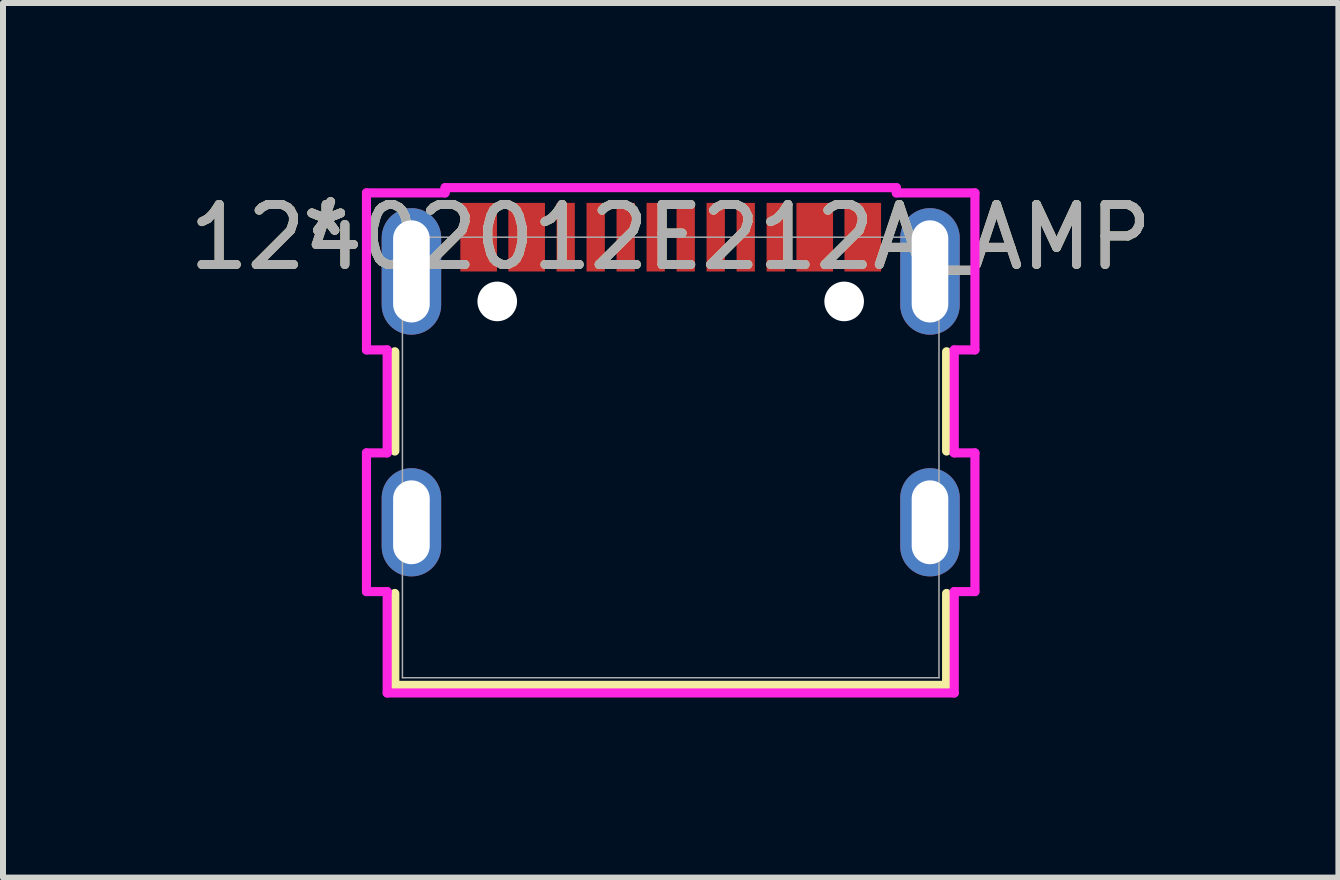
<source format=kicad_pcb>
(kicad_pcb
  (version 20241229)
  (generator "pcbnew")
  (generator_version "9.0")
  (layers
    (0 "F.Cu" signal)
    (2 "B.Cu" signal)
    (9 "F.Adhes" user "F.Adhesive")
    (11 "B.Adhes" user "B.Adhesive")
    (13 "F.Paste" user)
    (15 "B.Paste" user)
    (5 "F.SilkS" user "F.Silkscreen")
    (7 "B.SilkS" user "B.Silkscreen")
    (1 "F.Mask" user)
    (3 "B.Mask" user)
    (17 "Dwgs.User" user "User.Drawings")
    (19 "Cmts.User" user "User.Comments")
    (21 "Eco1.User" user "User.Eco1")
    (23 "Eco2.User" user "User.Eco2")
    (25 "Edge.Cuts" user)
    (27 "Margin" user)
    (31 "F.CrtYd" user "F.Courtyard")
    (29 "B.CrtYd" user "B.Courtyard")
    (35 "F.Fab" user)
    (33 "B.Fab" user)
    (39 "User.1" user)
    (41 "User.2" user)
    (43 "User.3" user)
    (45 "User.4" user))
  (footprint "12402012E212A_AMP"
    (layer "F.Cu")
    (at 8.125 4.572)
    (property "Reference" "12402012E212A_AMP" (at 0 -3.67 0) (unlocked yes) (layer "F.SilkS") (effects (font (size 1 1) (thickness 0.15))))
    (attr smd)
    (fp_line (start -4.597 -1.761) (end -4.597 -0.107) (stroke (width 0.152) (type solid)) (layer "F.SilkS"))
    (fp_line (start -4.597 2.266) (end -4.597 3.797) (stroke (width 0.152) (type solid)) (layer "F.SilkS"))
    (fp_line (start -4.597 3.797) (end 4.597 3.797) (stroke (width 0.152) (type solid)) (layer "F.SilkS"))
    (fp_line (start 4.597 -0.107) (end 4.597 -1.761) (stroke (width 0.152) (type solid)) (layer "F.SilkS"))
    (fp_line (start 4.597 3.797) (end 4.597 2.266) (stroke (width 0.152) (type solid)) (layer "F.SilkS"))
    (fp_line (start -5.069 -4.408) (end -5.069 -1.792) (stroke (width 0.152) (type solid)) (layer "F.CrtYd"))
    (fp_line (start -5.069 -1.792) (end -4.724 -1.792) (stroke (width 0.152) (type solid)) (layer "F.CrtYd"))
    (fp_line (start -5.069 -0.076) (end -5.069 2.235) (stroke (width 0.152) (type solid)) (layer "F.CrtYd"))
    (fp_line (start -5.069 2.235) (end -4.724 2.235) (stroke (width 0.152) (type solid)) (layer "F.CrtYd"))
    (fp_line (start -4.724 -1.792) (end -4.724 -0.076) (stroke (width 0.152) (type solid)) (layer "F.CrtYd"))
    (fp_line (start -4.724 -0.076) (end -5.069 -0.076) (stroke (width 0.152) (type solid)) (layer "F.CrtYd"))
    (fp_line (start -4.724 2.235) (end -4.724 3.924) (stroke (width 0.152) (type solid)) (layer "F.CrtYd"))
    (fp_line (start -4.724 3.924) (end 4.724 3.924) (stroke (width 0.152) (type solid)) (layer "F.CrtYd"))
    (fp_line (start -3.759 -4.496) (end -3.759 -4.408) (stroke (width 0.152) (type solid)) (layer "F.CrtYd"))
    (fp_line (start -3.759 -4.408) (end -5.069 -4.408) (stroke (width 0.152) (type solid)) (layer "F.CrtYd"))
    (fp_line (start 3.759 -4.496) (end -3.759 -4.496) (stroke (width 0.152) (type solid)) (layer "F.CrtYd"))
    (fp_line (start 3.759 -4.408) (end 3.759 -4.496) (stroke (width 0.152) (type solid)) (layer "F.CrtYd"))
    (fp_line (start 4.724 -1.792) (end 5.069 -1.792) (stroke (width 0.152) (type solid)) (layer "F.CrtYd"))
    (fp_line (start 4.724 -0.076) (end 4.724 -1.792) (stroke (width 0.152) (type solid)) (layer "F.CrtYd"))
    (fp_line (start 4.724 2.235) (end 5.069 2.235) (stroke (width 0.152) (type solid)) (layer "F.CrtYd"))
    (fp_line (start 4.724 3.924) (end 4.724 2.235) (stroke (width 0.152) (type solid)) (layer "F.CrtYd"))
    (fp_line (start 5.069 -4.408) (end 3.759 -4.408) (stroke (width 0.152) (type solid)) (layer "F.CrtYd"))
    (fp_line (start 5.069 -1.792) (end 5.069 -4.408) (stroke (width 0.152) (type solid)) (layer "F.CrtYd"))
    (fp_line (start 5.069 -0.076) (end 4.724 -0.076) (stroke (width 0.152) (type solid)) (layer "F.CrtYd"))
    (fp_line (start 5.069 2.235) (end 5.069 -0.076) (stroke (width 0.152) (type solid)) (layer "F.CrtYd"))
    (fp_line (start -4.47 -3.67) (end -4.47 3.67) (stroke (width 0.025) (type solid)) (layer "F.Fab"))
    (fp_line (start -4.47 3.67) (end 4.47 3.67) (stroke (width 0.025) (type solid)) (layer "F.Fab"))
    (fp_line (start 0 -3.67) (end 0 -3.67) (stroke (width 0.025) (type solid)) (layer "F.Fab"))
    (fp_line (start 0 -3.67) (end 0 -3.67) (stroke (width 0.025) (type solid)) (layer "F.Fab"))
    (fp_line (start 0 -3.67) (end 0 -3.67) (stroke (width 0.025) (type solid)) (layer "F.Fab"))
    (fp_line (start 0 -3.67) (end 0 -3.67) (stroke (width 0.025) (type solid)) (layer "F.Fab"))
    (fp_line (start 4.47 -3.67) (end -4.47 -3.67) (stroke (width 0.025) (type solid)) (layer "F.Fab"))
    (fp_line (start 4.47 3.67) (end 4.47 -3.67) (stroke (width 0.025) (type solid)) (layer "F.Fab"))
    (fp_text user "*" (at -5.74 -3.67 0) (unlocked yes) (layer "F.SilkS") (effects (font (size 1 1) (thickness 0.15))))
    (fp_text user "*" (at -5.74 -3.67 0) (layer "F.SilkS") (effects (font (size 1 1) (thickness 0.15))))
    (fp_text user "${REFERENCE}" (at 0 -3.67 0) (unlocked yes) (layer "F.Fab") (effects (font (size 1 1) (thickness 0.15))))
    (fp_text user "*" (at -5.74 -3.67 0) (layer "F.Fab") (effects (font (size 1 1) (thickness 0.15))))
    (fp_text user "*" (at -5.74 -3.67 0) (unlocked yes) (layer "F.Fab") (effects (font (size 1 1) (thickness 0.15))))
    (pad "" np_thru_hole oval (at -4.32 -3.1) (size 0.991 2.108) (drill oval 0.61 1.702) (layers "*.Cu" "*.Mask"))
    (pad "" np_thru_hole oval (at -4.32 1.08) (size 0.991 1.803) (drill oval 0.61 1.397) (layers "*.Cu" "*.Mask"))
    (pad "" np_thru_hole circle (at -2.89 -2.6) (size 0.66 0.66) (drill 0.66) (layers "*.Cu" "*.Mask"))
    (pad "" np_thru_hole circle (at 2.89 -2.6) (size 0.66 0.66) (drill 0.66) (layers "*.Cu" "*.Mask"))
    (pad "" np_thru_hole oval (at 4.32 -3.1) (size 0.991 2.108) (drill oval 0.61 1.702) (layers "*.Cu" "*.Mask"))
    (pad "" np_thru_hole oval (at 4.32 1.08) (size 0.991 1.803) (drill oval 0.61 1.397) (layers "*.Cu" "*.Mask"))
    (pad "A1" smd rect (at -3.2 -3.67) (size 0.61 1.143) (layers "F.Cu" "F.Mask" "F.Paste"))
    (pad "A4" smd rect (at -2.4 -3.67) (size 0.61 1.143) (layers "F.Cu" "F.Mask" "F.Paste"))
    (pad "A4" smd rect (at 2.4 -3.67) (size 0.61 1.143) (layers "F.Cu" "F.Mask" "F.Paste"))
    (pad "A5" smd rect (at -1.25 -3.67) (size 0.305 1.143) (layers "F.Cu" "F.Mask" "F.Paste"))
    (pad "A6" smd rect (at -0.25 -3.67) (size 0.305 1.143) (layers "F.Cu" "F.Mask" "F.Paste"))
    (pad "A7" smd rect (at 0.25 -3.67) (size 0.305 1.143) (layers "F.Cu" "F.Mask" "F.Paste"))
    (pad "A8" smd rect (at 1.25 -3.67) (size 0.305 1.143) (layers "F.Cu" "F.Mask" "F.Paste"))
    (pad "B1" smd rect (at 3.2 -3.67) (size 0.61 1.143) (layers "F.Cu" "F.Mask" "F.Paste"))
    (pad "B5" smd rect (at 1.75 -3.67) (size 0.305 1.143) (layers "F.Cu" "F.Mask" "F.Paste"))
    (pad "B6" smd rect (at 0.75 -3.67) (size 0.305 1.143) (layers "F.Cu" "F.Mask" "F.Paste"))
    (pad "B7" smd rect (at -0.75 -3.67) (size 0.305 1.143) (layers "F.Cu" "F.Mask" "F.Paste"))
    (pad "B8" smd rect (at -1.75 -3.67) (size 0.305 1.143) (layers "F.Cu" "F.Mask" "F.Paste")))
  (gr_rect
    (start -3 -3)
    (end 19.25 11.572)
    (stroke (width 0.1) (type default))
    (fill no)
    (layer "Edge.Cuts")))
</source>
